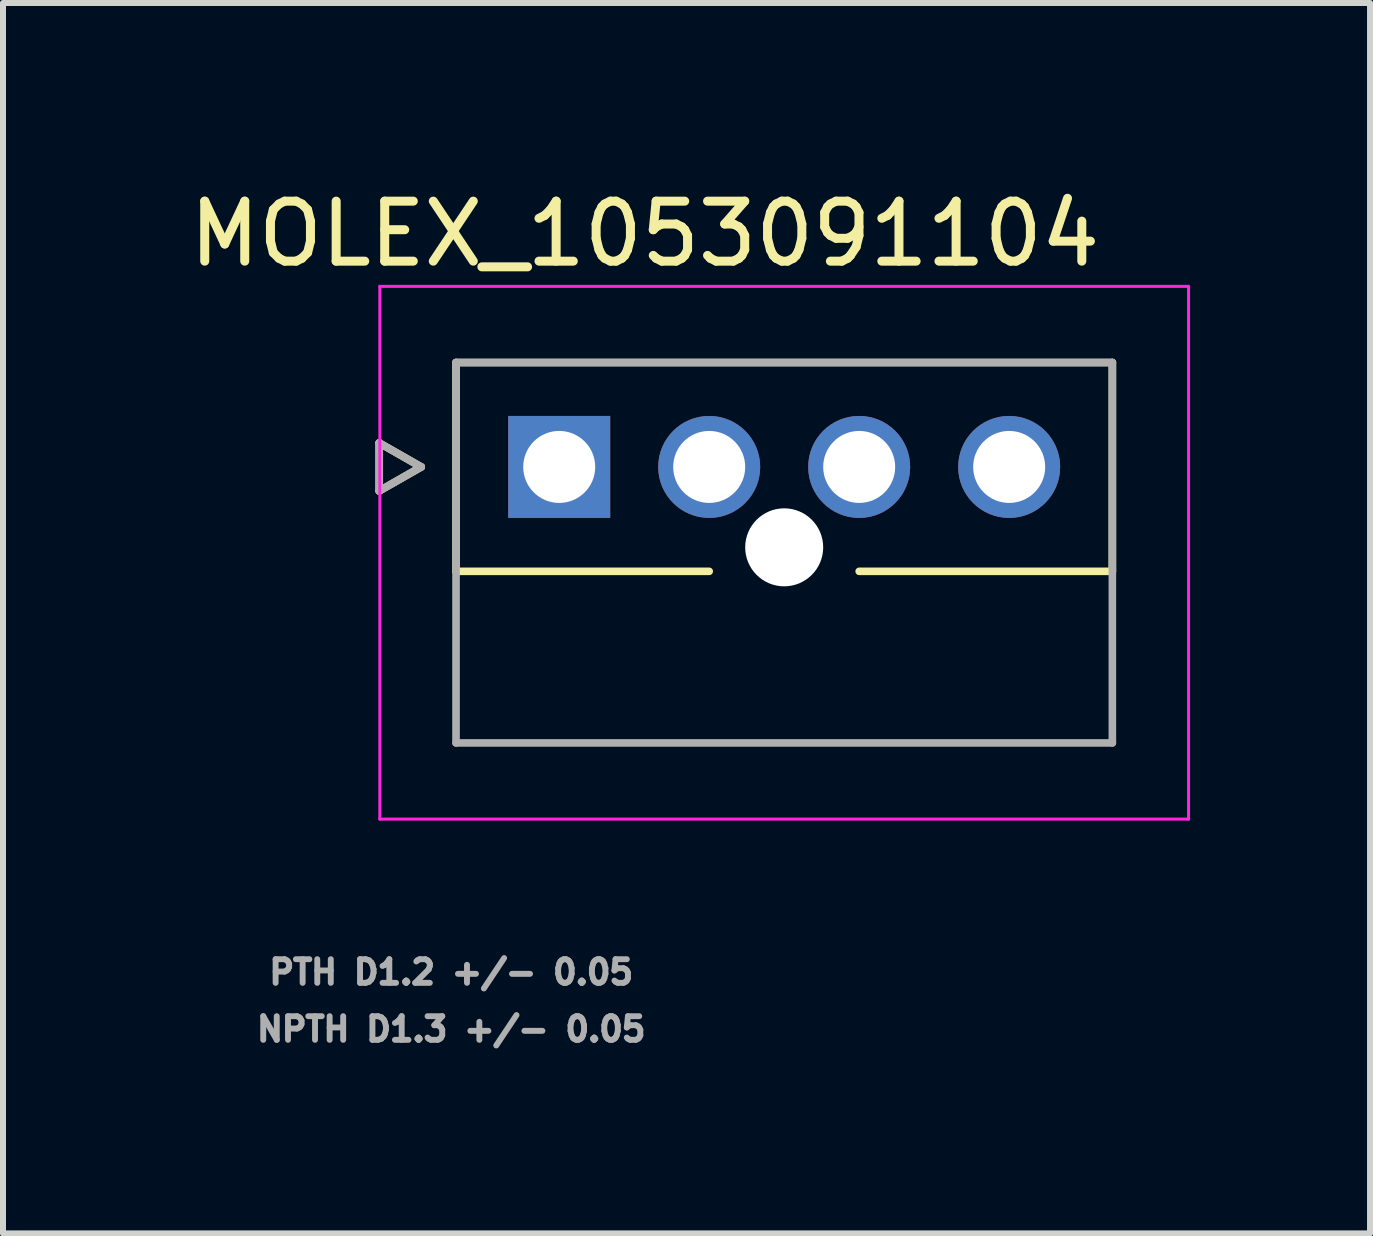
<source format=kicad_pcb>
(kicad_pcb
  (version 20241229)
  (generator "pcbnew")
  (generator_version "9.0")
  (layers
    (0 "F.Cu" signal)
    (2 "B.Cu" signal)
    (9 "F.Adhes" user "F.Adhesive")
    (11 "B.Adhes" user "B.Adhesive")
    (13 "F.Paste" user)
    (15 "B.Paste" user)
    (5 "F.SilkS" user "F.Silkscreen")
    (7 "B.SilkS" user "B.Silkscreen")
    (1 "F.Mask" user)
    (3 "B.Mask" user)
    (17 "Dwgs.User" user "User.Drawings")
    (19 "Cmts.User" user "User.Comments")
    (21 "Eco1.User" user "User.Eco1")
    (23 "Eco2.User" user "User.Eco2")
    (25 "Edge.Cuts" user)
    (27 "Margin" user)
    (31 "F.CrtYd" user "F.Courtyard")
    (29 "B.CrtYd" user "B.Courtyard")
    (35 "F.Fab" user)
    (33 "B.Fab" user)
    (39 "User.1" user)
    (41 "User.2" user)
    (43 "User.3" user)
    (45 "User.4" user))
  (footprint "MOLEX_1053091104"
    (layer "F.Cu")
    (at 6.271 4.733)
    (property "Reference" "MOLEX_1053091104" (at 1.425 -3.885 0) (layer "F.SilkS") (effects (font (size 1 1) (thickness 0.15))))
    (attr through_hole)
    (fp_circle (center 2.5 0) (end 2.963 0) (stroke (width 0.926) (type solid)) (fill no) (layer "F.Mask"))
    (fp_circle (center 3.75 1.34) (end 4.113 1.34) (stroke (width 0.726) (type solid)) (fill no) (layer "F.Mask"))
    (fp_circle (center 5 0) (end 5.463 0) (stroke (width 0.926) (type solid)) (fill no) (layer "F.Mask"))
    (fp_circle (center 7.5 0) (end 7.963 0) (stroke (width 0.926) (type solid)) (fill no) (layer "F.Mask"))
    (fp_poly (pts (xy -0.926 -0.926) (xy 0.926 -0.926) (xy 0.926 0.926) (xy -0.926 0.926)) (stroke (width 0.01) (type solid)) (fill yes) (layer "F.Mask"))
    (fp_circle (center 2.5 0) (end 2.963 0) (stroke (width 0.926) (type solid)) (fill no) (layer "B.Mask"))
    (fp_circle (center 3.75 1.34) (end 4.113 1.34) (stroke (width 0.726) (type solid)) (fill no) (layer "B.Mask"))
    (fp_circle (center 5 0) (end 5.463 0) (stroke (width 0.926) (type solid)) (fill no) (layer "B.Mask"))
    (fp_circle (center 7.5 0) (end 7.963 0) (stroke (width 0.926) (type solid)) (fill no) (layer "B.Mask"))
    (fp_poly (pts (xy -0.926 -0.926) (xy 0.926 -0.926) (xy 0.926 0.926) (xy -0.926 0.926)) (stroke (width 0.01) (type solid)) (fill yes) (layer "B.Mask"))
    (fp_line (start -3 -0.4) (end -3 0.4) (stroke (width 0.127) (type solid)) (layer "F.SilkS"))
    (fp_line (start -3 0.4) (end -2.3 0) (stroke (width 0.127) (type solid)) (layer "F.SilkS"))
    (fp_line (start -2.3 0) (end -3 -0.4) (stroke (width 0.127) (type solid)) (layer "F.SilkS"))
    (fp_line (start -1.72 -1.74) (end 9.22 -1.74) (stroke (width 0.127) (type solid)) (layer "F.SilkS"))
    (fp_line (start -1.72 1.74) (end -1.72 -1.74) (stroke (width 0.127) (type solid)) (layer "F.SilkS"))
    (fp_line (start 2.5 1.74) (end -1.72 1.74) (stroke (width 0.127) (type solid)) (layer "F.SilkS"))
    (fp_line (start 9.22 -1.74) (end 9.22 1.74) (stroke (width 0.127) (type solid)) (layer "F.SilkS"))
    (fp_line (start 9.22 1.74) (end 5 1.74) (stroke (width 0.127) (type solid)) (layer "F.SilkS"))
    (fp_line (start -2.99 -3.01) (end 10.49 -3.01) (stroke (width 0.05) (type solid)) (layer "F.CrtYd"))
    (fp_line (start -2.99 5.87) (end -2.99 -3.01) (stroke (width 0.05) (type solid)) (layer "F.CrtYd"))
    (fp_line (start -2.99 5.87) (end 10.49 5.87) (stroke (width 0.05) (type solid)) (layer "F.CrtYd"))
    (fp_line (start 10.49 -3.01) (end 10.49 5.87) (stroke (width 0.05) (type solid)) (layer "F.CrtYd"))
    (fp_line (start -3 -0.4) (end -3 0.4) (stroke (width 0.127) (type solid)) (layer "F.Fab"))
    (fp_line (start -3 0.4) (end -2.3 0) (stroke (width 0.127) (type solid)) (layer "F.Fab"))
    (fp_line (start -2.3 0) (end -3 -0.4) (stroke (width 0.127) (type solid)) (layer "F.Fab"))
    (fp_line (start -1.72 -1.74) (end 9.22 -1.74) (stroke (width 0.127) (type solid)) (layer "F.Fab"))
    (fp_line (start -1.72 4.6) (end -1.72 -1.74) (stroke (width 0.127) (type solid)) (layer "F.Fab"))
    (fp_line (start 9.22 -1.74) (end 9.22 4.6) (stroke (width 0.127) (type solid)) (layer "F.Fab"))
    (fp_line (start 9.22 4.6) (end -1.72 4.6) (stroke (width 0.127) (type solid)) (layer "F.Fab"))
    (fp_text user "PTH D1.2 +/- 0.05" (at -1.8 8.422 0) (layer "F.Fab") (effects (font (size 0.394 0.394) (thickness 0.15))))
    (fp_text user "NPTH D1.3 +/- 0.05" (at -1.8 9.372 0) (layer "F.Fab") (effects (font (size 0.394 0.394) (thickness 0.15))))
    (pad "" np_thru_hole circle (at 3.75 1.34) (size 1.3 1.3) (drill 1.3) (layers "*.Cu" "*.Mask"))
    (pad "1" thru_hole rect (at 0 0) (size 1.7 1.7) (drill 1.2) (layers "*.Cu"))
    (pad "2" thru_hole circle (at 2.5 0) (size 1.7 1.7) (drill 1.2) (layers "*.Cu"))
    (pad "3" thru_hole circle (at 5 0) (size 1.7 1.7) (drill 1.2) (layers "*.Cu"))
    (pad "4" thru_hole circle (at 7.5 0) (size 1.7 1.7) (drill 1.2) (layers "*.Cu")))
  (gr_rect
    (start -3 -3)
    (end 19.786 17.509)
    (stroke (width 0.1) (type default))
    (fill no)
    (layer "Edge.Cuts")))
</source>
